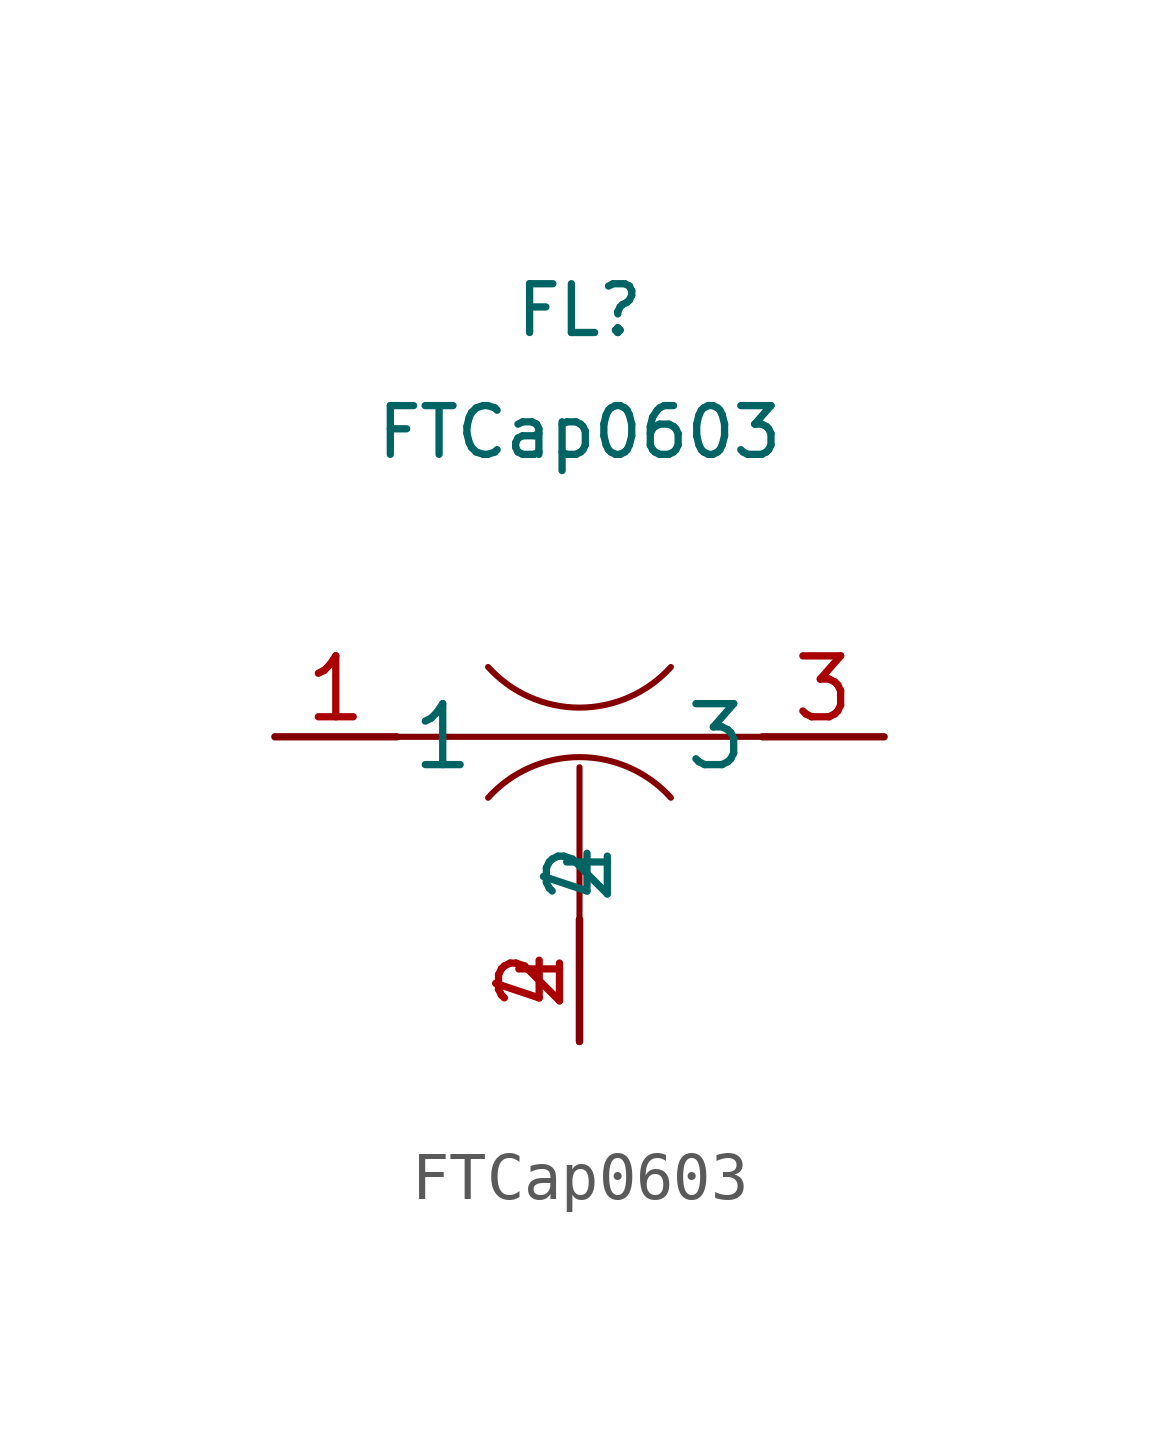
<source format=kicad_sym>
(kicad_symbol_lib
  (version 20241209)
  (generator "kicad_symbol_editor")
  (generator_version "9.0")
  (symbol "FTCap0603"
    (pin_names
      (offset 0.254))
    (property "Reference" "FL"
      (at 20.32 8.89 0)
      (effects (font (size 1.016 1.016))))
    (property "Value" "FTCap0603"
      (at 20.32 6.35 0)
      (effects (font (size 1.016 1.016))))
    (property "ki_locked" ""
      (at 0 0 0)
      (effects (font (size 1.27 1.27))))
    (symbol "FTCap0603_0_1"
      (polyline (pts (xy 16.51 0) (xy 24.13 0)) (stroke (width 0.127) (type default)) (fill (type none)))
      (arc (start 22.225 1.4547) (mid 20.32 0.6082) (end 18.415 1.4547) (stroke (width 0.127) (type default)) (fill (type none)))
      (arc (start 18.415 -1.27) (mid 20.32 -0.4235) (end 22.225 -1.27) (stroke (width 0.127) (type default)) (fill (type none)))
      (polyline (pts (xy 20.32 -3.81) (xy 20.32 -0.635)) (stroke (width 0.127) (type default)) (fill (type none)))
      (pin passive line (at 13.97 0 0) (length 2.54) (name "1" (effects (font (size 1.27 1.27)))) (number "1" (effects (font (size 1.27 1.27)))))
      (pin passive line (at 20.32 -6.35 90) (length 2.54) (name "2" (effects (font (size 1.27 1.27)))) (number "2" (effects (font (size 1.27 1.27)))))
      (pin passive line (at 20.32 -6.35 90) (length 2.54) (name "4" (effects (font (size 1.27 1.27)))) (number "4" (effects (font (size 1.27 1.27)))))
      (pin passive line (at 26.67 0 180) (length 2.54) (name "3" (effects (font (size 1.27 1.27)))) (number "3" (effects (font (size 1.27 1.27))))))))
</source>
